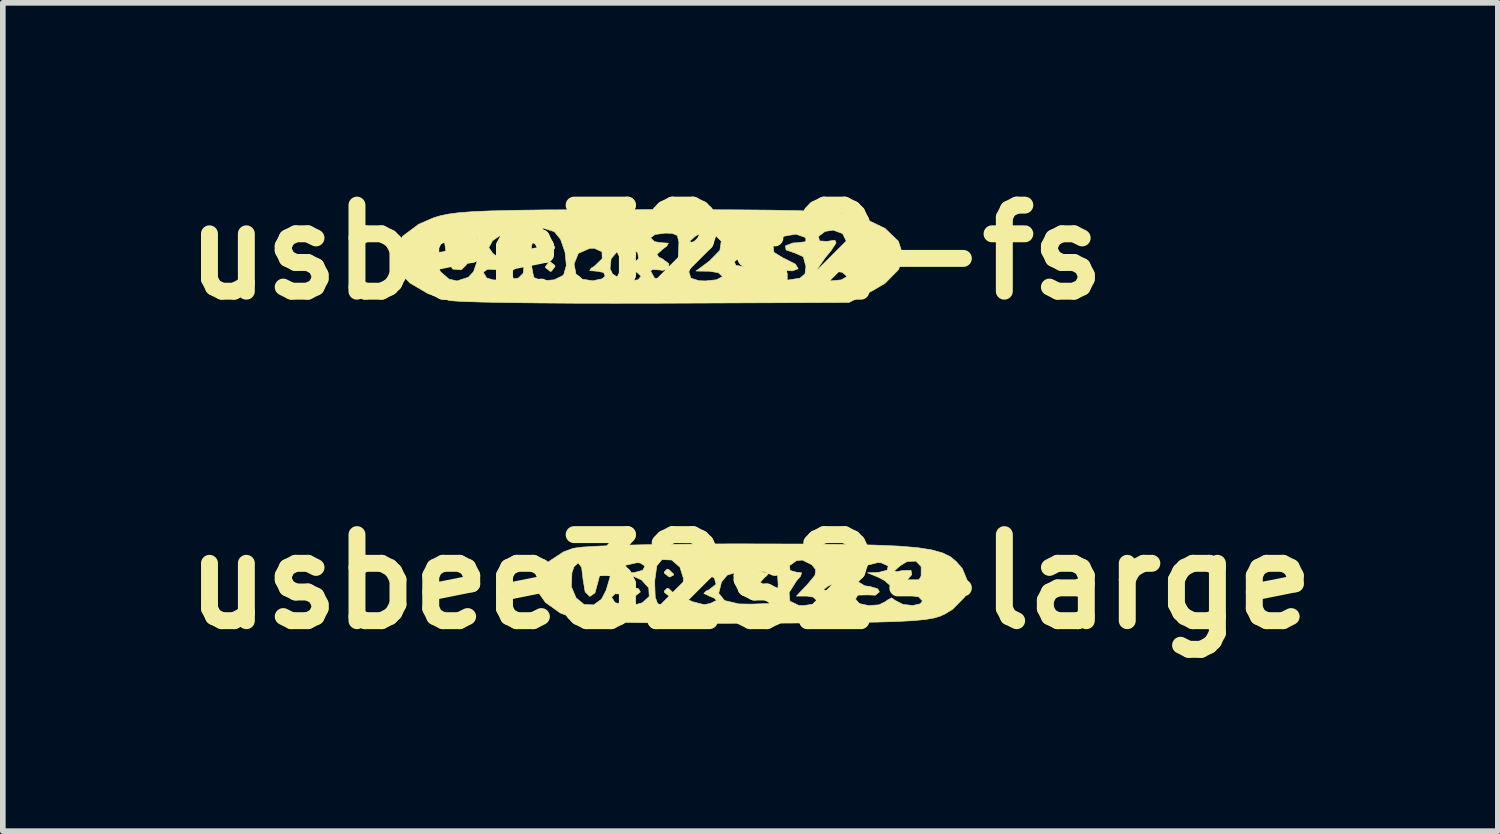
<source format=kicad_pcb>
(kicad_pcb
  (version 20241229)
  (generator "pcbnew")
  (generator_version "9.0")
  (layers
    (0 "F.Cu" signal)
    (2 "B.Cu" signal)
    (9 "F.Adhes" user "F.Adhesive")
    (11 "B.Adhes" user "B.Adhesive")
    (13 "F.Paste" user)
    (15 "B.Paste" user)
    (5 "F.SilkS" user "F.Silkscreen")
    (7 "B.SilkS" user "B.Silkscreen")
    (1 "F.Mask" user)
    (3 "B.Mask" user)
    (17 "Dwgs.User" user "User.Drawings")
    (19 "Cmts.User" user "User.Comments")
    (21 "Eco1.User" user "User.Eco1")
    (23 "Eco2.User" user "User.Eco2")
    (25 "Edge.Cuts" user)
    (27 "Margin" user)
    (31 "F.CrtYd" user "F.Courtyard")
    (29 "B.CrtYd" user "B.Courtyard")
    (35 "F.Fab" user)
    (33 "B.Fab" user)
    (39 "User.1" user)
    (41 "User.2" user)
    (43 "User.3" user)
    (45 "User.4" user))
  (footprint "usbee32s2-large"
    (layer "F.Cu")
    (at 10.24 7.254)
    (property "Reference" "usbee32s2-large" (at 0 0 0) (layer "F.SilkS") (effects (font (size 1.524 1.524) (thickness 0.3))))
    (attr through_hole)
    (fp_poly (pts (xy -1.439 -0.212) (xy -1.359 -0.136) (xy -1.355 -0.122) (xy -1.42 -0.086) (xy -1.439 -0.085) (xy -1.521 -0.15) (xy -1.524 -0.174) (xy -1.472 -0.225) (xy -1.439 -0.212)) (stroke (width 0.01) (type solid)) (fill yes) (layer "F.SilkS"))
    (fp_poly (pts (xy -1.439 0.127) (xy -1.359 0.203) (xy -1.355 0.217) (xy -1.42 0.253) (xy -1.439 0.254) (xy -1.521 0.189) (xy -1.524 0.164) (xy -1.472 0.114) (xy -1.439 0.127)) (stroke (width 0.01) (type solid)) (fill yes) (layer "F.SilkS"))
    (fp_poly (pts (xy 0.085 -0.67) (xy 0.93 -0.668) (xy 1.623 -0.662) (xy 2.181 -0.65) (xy 2.621 -0.632) (xy 2.96 -0.604) (xy 3.215 -0.564) (xy 3.404 -0.511) (xy 3.543 -0.443) (xy 3.649 -0.356) (xy 3.74 -0.251) (xy 3.757 -0.229) (xy 3.861 0.023) (xy 3.801 0.266) (xy 3.581 0.489) (xy 3.454 0.567) (xy 3.366 0.608) (xy 3.256 0.641) (xy 3.105 0.668) (xy 2.895 0.688) (xy 2.609 0.704) (xy 2.228 0.715) (xy 1.734 0.723) (xy 1.11 0.729) (xy 0.337 0.734) (xy 0.212 0.735) (xy -0.493 0.736) (xy -1.154 0.734) (xy -1.75 0.728) (xy -2.259 0.719) (xy -2.66 0.707) (xy -2.93 0.693) (xy -3.038 0.68) (xy -3.368 0.553) (xy -3.63 0.365) (xy -3.779 0.152) (xy -3.796 0.089) (xy -3.795 0.087) (xy -3.17 0.087) (xy -3.087 0.285) (xy -2.944 0.403) (xy -2.774 0.41) (xy -2.636 0.309) (xy -2.617 0.273) (xy -2.457 0.273) (xy -2.399 0.367) (xy -2.251 0.418) (xy -2.031 0.406) (xy -1.912 0.372) (xy -1.791 0.261) (xy -1.799 0.11) (xy -1.862 0.04) (xy -1.693 0.04) (xy -1.684 0.276) (xy -1.642 0.388) (xy -1.541 0.422) (xy -1.487 0.423) (xy -1.308 0.393) (xy -1.229 0.34) (xy -1.122 0.309) (xy -1.023 0.354) (xy -0.82 0.406) (xy -0.71 0.385) (xy -0.597 0.33) (xy -0.643 0.287) (xy -0.713 0.26) (xy -0.823 0.206) (xy -0.821 0.204) (xy -0.56 0.204) (xy -0.457 0.333) (xy -0.201 0.393) (xy 0.026 0.396) (xy 0.466 0.381) (xy 0.481 0.193) (xy 0.686 0.193) (xy 0.701 0.344) (xy 0.858 0.419) (xy 0.931 0.423) (xy 1.11 0.399) (xy 1.185 0.34) (xy 1.185 0.339) (xy 1.153 0.308) (xy 1.863 0.308) (xy 1.933 0.387) (xy 2.095 0.422) (xy 2.277 0.409) (xy 2.407 0.345) (xy 2.418 0.331) (xy 2.502 0.285) (xy 2.566 0.331) (xy 2.703 0.401) (xy 2.877 0.421) (xy 3.013 0.39) (xy 3.048 0.339) (xy 2.979 0.266) (xy 2.908 0.254) (xy 2.815 0.242) (xy 2.84 0.177) (xy 2.908 0.099) (xy 3.025 -0.101) (xy 3.026 -0.268) (xy 2.933 -0.366) (xy 2.773 -0.357) (xy 2.654 -0.284) (xy 2.551 -0.192) (xy 2.591 -0.178) (xy 2.688 -0.197) (xy 2.846 -0.203) (xy 2.859 -0.126) (xy 2.726 0.027) (xy 2.718 0.035) (xy 2.574 0.124) (xy 2.497 0.084) (xy 2.376 -0.023) (xy 2.256 -0.085) (xy 2.074 -0.159) (xy 2.265 -0.164) (xy 2.424 -0.205) (xy 2.442 -0.28) (xy 2.321 -0.334) (xy 2.254 -0.339) (xy 2.059 -0.29) (xy 1.921 -0.174) (xy 1.888 -0.037) (xy 1.903 -0.004) (xy 2.024 0.071) (xy 2.122 0.085) (xy 2.256 0.125) (xy 2.286 0.179) (xy 2.215 0.238) (xy 2.074 0.233) (xy 1.903 0.237) (xy 1.863 0.308) (xy 1.153 0.308) (xy 1.114 0.272) (xy 1.001 0.254) (xy 0.817 0.254) (xy 0.927 0.137) (xy 1.296 0.137) (xy 1.347 0.162) (xy 1.477 0.167) (xy 1.64 0.152) (xy 1.652 0.097) (xy 1.634 0.076) (xy 1.5 0.027) (xy 1.384 0.073) (xy 1.296 0.137) (xy 0.927 0.137) (xy 1.018 0.041) (xy 1.145 -0.113) (xy 1.159 -0.213) (xy 1.09 -0.301) (xy 0.923 -0.384) (xy 0.819 -0.375) (xy 0.694 -0.285) (xy 0.704 -0.2) (xy 0.817 -0.169) (xy 0.91 -0.157) (xy 0.885 -0.092) (xy 0.817 -0.015) (xy 0.686 0.193) (xy 0.481 0.193) (xy 0.493 0.051) (xy 0.476 -0.224) (xy 0.377 -0.367) (xy 0.203 -0.366) (xy 0.198 -0.364) (xy 0.091 -0.275) (xy 0.131 -0.19) (xy 0.233 -0.168) (xy 0.331 -0.154) (xy 0.275 -0.092) (xy 0.254 -0.077) (xy 0.177 0.008) (xy 0.233 0.056) (xy 0.336 0.13) (xy 0.286 0.191) (xy 0.098 0.226) (xy 0.039 0.229) (xy -0.152 0.223) (xy -0.201 0.181) (xy -0.166 0.122) (xy -0.11 -0.019) (xy -0.125 -0.081) (xy -0.254 -0.166) (xy -0.409 -0.117) (xy -0.511 0.005) (xy -0.56 0.204) (xy -0.821 0.204) (xy -0.778 0.162) (xy -0.735 0.144) (xy -0.606 0.045) (xy -0.637 -0.065) (xy -0.732 -0.12) (xy -0.9 -0.109) (xy -1.028 -0.031) (xy -1.144 0.061) (xy -1.182 0.028) (xy -1.185 -0.061) (xy -1.247 -0.258) (xy -1.393 -0.385) (xy -1.565 -0.393) (xy -1.657 -0.281) (xy -1.692 -0.027) (xy -1.693 0.04) (xy -1.862 0.04) (xy -1.924 -0.029) (xy -2.011 -0.071) (xy -2.16 -0.131) (xy -2.156 -0.155) (xy -2.053 -0.163) (xy -1.904 -0.204) (xy -1.867 -0.279) (xy -1.953 -0.333) (xy -2.011 -0.337) (xy -2.227 -0.288) (xy -2.345 -0.168) (xy -2.343 -0.051) (xy -2.226 0.061) (xy -2.119 0.085) (xy -1.98 0.124) (xy -1.947 0.18) (xy -2.02 0.238) (xy -2.201 0.224) (xy -2.395 0.213) (xy -2.457 0.273) (xy -2.617 0.273) (xy -2.553 0.149) (xy -2.486 -0.079) (xy -2.485 -0.083) (xy -2.462 -0.27) (xy -2.503 -0.33) (xy -2.548 -0.322) (xy -2.639 -0.219) (xy -2.693 -0.022) (xy -2.694 -0.015) (xy -2.752 0.198) (xy -2.843 0.261) (xy -2.926 0.18) (xy -2.963 -0.042) (xy -2.963 -0.042) (xy -2.988 -0.255) (xy -3.049 -0.334) (xy -3.122 -0.268) (xy -3.16 -0.16) (xy -3.17 0.087) (xy -3.795 0.087) (xy -3.751 -0.134) (xy -3.577 -0.353) (xy -3.311 -0.528) (xy -3.139 -0.592) (xy -2.976 -0.614) (xy -2.662 -0.632) (xy -2.217 -0.648) (xy -1.657 -0.66) (xy -1.004 -0.667) (xy -0.274 -0.671) (xy 0.085 -0.67)) (stroke (width 0.01) (type solid)) (fill yes) (layer "F.SilkS")))
  (footprint "usbee32s2-fs"
    (layer "F.Cu")
    (at 8.389 1.418)
    (property "Reference" "usbee32s2-fs" (at 0 0 0) (layer "F.SilkS") (effects (font (size 1.524 1.524) (thickness 0.3))))
    (attr through_hole)
    (fp_poly (pts (xy -1.663 -0.195) (xy -1.61 -0.079) (xy -1.665 -0.003) (xy -1.688 0) (xy -1.804 -0.061) (xy -1.817 -0.079) (xy -1.813 -0.179) (xy -1.723 -0.223) (xy -1.663 -0.195)) (stroke (width 0.01) (type solid)) (fill yes) (layer "F.SilkS"))
    (fp_poly (pts (xy -1.611 0.234) (xy -1.609 0.254) (xy -1.673 0.336) (xy -1.693 0.339) (xy -1.776 0.274) (xy -1.778 0.254) (xy -1.714 0.172) (xy -1.693 0.169) (xy -1.611 0.234)) (stroke (width 0.01) (type solid)) (fill yes) (layer "F.SilkS"))
    (fp_poly (pts (xy 0.907 -0.754) (xy 1.619 -0.751) (xy 2.196 -0.746) (xy 2.656 -0.738) (xy 3.015 -0.726) (xy 3.292 -0.71) (xy 3.502 -0.688) (xy 3.664 -0.661) (xy 3.795 -0.627) (xy 3.845 -0.61) (xy 4.236 -0.423) (xy 4.473 -0.196) (xy 4.554 0.053) (xy 4.477 0.307) (xy 4.239 0.548) (xy 4.022 0.677) (xy 3.598 0.889) (xy 0.212 0.903) (xy -0.542 0.904) (xy -1.252 0.903) (xy -1.899 0.898) (xy -2.463 0.891) (xy -2.924 0.882) (xy -3.261 0.871) (xy -3.454 0.858) (xy -3.479 0.855) (xy -3.857 0.733) (xy -4.176 0.546) (xy -4.391 0.325) (xy -4.44 0.228) (xy -4.448 0.046) (xy -3.719 0.046) (xy -3.669 0.275) (xy -3.638 0.344) (xy -3.486 0.476) (xy -3.344 0.508) (xy -3.144 0.443) (xy -3.06 0.354) (xy -2.88 0.354) (xy -2.818 0.456) (xy -2.701 0.49) (xy -2.492 0.493) (xy -2.458 0.491) (xy -2.255 0.456) (xy -2.172 0.372) (xy -2.159 0.254) (xy -2.206 0.08) (xy -2.326 0.026) (xy -2.032 0.026) (xy -2.02 0.264) (xy -1.99 0.424) (xy -1.976 0.452) (xy -1.825 0.505) (xy -1.622 0.488) (xy -1.464 0.41) (xy -1.456 0.401) (xy -1.408 0.234) (xy -1.41 0.207) (xy -1.271 0.207) (xy -1.237 0.386) (xy -1.127 0.476) (xy -0.942 0.506) (xy -0.773 0.47) (xy -0.72 0.423) (xy -0.748 0.358) (xy -0.863 0.336) (xy -0.994 0.325) (xy -0.975 0.294) (xy -0.634 0.294) (xy -0.588 0.386) (xy -0.455 0.471) (xy -0.281 0.506) (xy -0.135 0.487) (xy -0.085 0.423) (xy -0.157 0.355) (xy -0.275 0.333) (xy -0.466 0.327) (xy -0.273 0.234) (xy -0.128 0.116) (xy -0.144 0.003) (xy -0.315 -0.068) (xy -0.318 -0.069) (xy -0.497 -0.026) (xy -0.615 0.116) (xy -0.634 0.294) (xy -0.975 0.294) (xy -0.968 0.283) (xy -0.91 0.247) (xy -0.772 0.113) (xy -0.777 -0.009) (xy -0.913 -0.071) (xy -0.994 -0.069) (xy -1.196 0.02) (xy -1.271 0.207) (xy -1.41 0.207) (xy -1.431 -0.002) (xy -1.51 -0.229) (xy -1.53 -0.254) (xy 0.085 -0.254) (xy 0.156 -0.187) (xy 0.27 -0.169) (xy 0.399 -0.161) (xy 0.373 -0.111) (xy 0.301 -0.056) (xy 0.197 0.036) (xy 0.232 0.089) (xy 0.284 0.111) (xy 0.407 0.202) (xy 0.407 0.293) (xy 0.293 0.322) (xy 0.254 0.314) (xy 0.119 0.304) (xy 0.085 0.332) (xy 0.155 0.459) (xy 0.341 0.494) (xy 0.378 0.49) (xy 0.487 0.444) (xy 0.532 0.348) (xy 0.762 0.348) (xy 0.799 0.459) (xy 0.94 0.504) (xy 1.058 0.508) (xy 1.254 0.487) (xy 1.352 0.434) (xy 1.355 0.423) (xy 1.328 0.401) (xy 2.201 0.401) (xy 2.259 0.479) (xy 2.447 0.497) (xy 2.519 0.492) (xy 2.73 0.459) (xy 2.787 0.411) (xy 3.005 0.411) (xy 3.01 0.431) (xy 3.116 0.487) (xy 3.292 0.506) (xy 3.462 0.489) (xy 3.554 0.436) (xy 3.556 0.423) (xy 3.484 0.356) (xy 3.372 0.339) (xy 3.188 0.339) (xy 3.372 0.143) (xy 3.502 -0.036) (xy 3.556 -0.187) (xy 3.486 -0.33) (xy 3.319 -0.392) (xy 3.175 -0.369) (xy 3.058 -0.281) (xy 3.076 -0.201) (xy 3.212 -0.192) (xy 3.217 -0.194) (xy 3.349 -0.214) (xy 3.37 -0.165) (xy 3.278 -0.025) (xy 3.174 0.101) (xy 3.05 0.28) (xy 3.005 0.411) (xy 2.787 0.411) (xy 2.819 0.383) (xy 2.836 0.254) (xy 2.79 0.08) (xy 2.646 0.015) (xy 2.484 -0.041) (xy 2.473 -0.114) (xy 2.605 -0.165) (xy 2.684 -0.169) (xy 2.834 -0.187) (xy 2.834 -0.246) (xy 2.817 -0.265) (xy 2.659 -0.321) (xy 2.456 -0.286) (xy 2.291 -0.182) (xy 2.253 -0.12) (xy 2.269 0.001) (xy 2.435 0.103) (xy 2.455 0.111) (xy 2.651 0.211) (xy 2.699 0.292) (xy 2.599 0.33) (xy 2.455 0.321) (xy 2.262 0.32) (xy 2.201 0.4) (xy 2.201 0.401) (xy 1.328 0.401) (xy 1.282 0.361) (xy 1.122 0.336) (xy 0.889 0.333) (xy 1.109 0.169) (xy 1.566 0.169) (xy 1.596 0.232) (xy 1.731 0.254) (xy 1.892 0.226) (xy 1.947 0.169) (xy 1.877 0.1) (xy 1.783 0.085) (xy 1.621 0.124) (xy 1.566 0.169) (xy 1.109 0.169) (xy 1.122 0.16) (xy 1.311 -0.032) (xy 1.336 -0.197) (xy 1.197 -0.332) (xy 1.019 -0.364) (xy 0.88 -0.287) (xy 0.773 -0.193) (xy 0.808 -0.178) (xy 0.91 -0.197) (xy 1.094 -0.201) (xy 1.14 -0.125) (xy 1.041 0.001) (xy 0.976 0.048) (xy 0.822 0.199) (xy 0.762 0.348) (xy 0.532 0.348) (xy 0.547 0.316) (xy 0.576 0.064) (xy 0.586 -0.179) (xy 0.558 -0.297) (xy 0.467 -0.335) (xy 0.343 -0.339) (xy 0.163 -0.315) (xy 0.085 -0.256) (xy 0.085 -0.254) (xy -1.53 -0.254) (xy -1.62 -0.365) (xy -1.818 -0.427) (xy -1.956 -0.336) (xy -2.026 -0.102) (xy -2.032 0.026) (xy -2.326 0.026) (xy -2.349 0.015) (xy -2.505 -0.042) (xy -2.529 -0.119) (xy -2.414 -0.167) (xy -2.371 -0.169) (xy -2.233 -0.205) (xy -2.201 -0.254) (xy -2.267 -0.325) (xy -2.421 -0.334) (xy -2.596 -0.287) (xy -2.717 -0.203) (xy -2.781 -0.082) (xy -2.711 0.02) (xy -2.669 0.051) (xy -2.496 0.145) (xy -2.397 0.169) (xy -2.295 0.227) (xy -2.286 0.265) (xy -2.362 0.324) (xy -2.581 0.313) (xy -2.582 0.313) (xy -2.803 0.3) (xy -2.88 0.354) (xy -3.06 0.354) (xy -3.051 0.344) (xy -2.992 0.171) (xy -2.966 -0.03) (xy -2.973 -0.205) (xy -3.013 -0.299) (xy -3.048 -0.296) (xy -3.109 -0.182) (xy -3.133 0.008) (xy -3.177 0.221) (xy -3.268 0.311) (xy -3.42 0.298) (xy -3.52 0.142) (xy -3.555 -0.111) (xy -3.58 -0.268) (xy -3.641 -0.296) (xy -3.71 -0.168) (xy -3.719 0.046) (xy -4.448 0.046) (xy -4.451 -0.036) (xy -4.308 -0.283) (xy -4.024 -0.496) (xy -3.761 -0.61) (xy -3.638 -0.647) (xy -3.492 -0.677) (xy -3.304 -0.701) (xy -3.058 -0.72) (xy -2.736 -0.733) (xy -2.322 -0.743) (xy -1.797 -0.75) (xy -1.145 -0.753) (xy -0.348 -0.754) (xy 0.042 -0.755) (xy 0.907 -0.754)) (stroke (width 0.01) (type solid)) (fill yes) (layer "F.SilkS")))
  (gr_rect
    (start -3 -3)
    (end 23.48 11.672)
    (stroke (width 0.1) (type default))
    (fill no)
    (layer "Edge.Cuts")))
</source>
